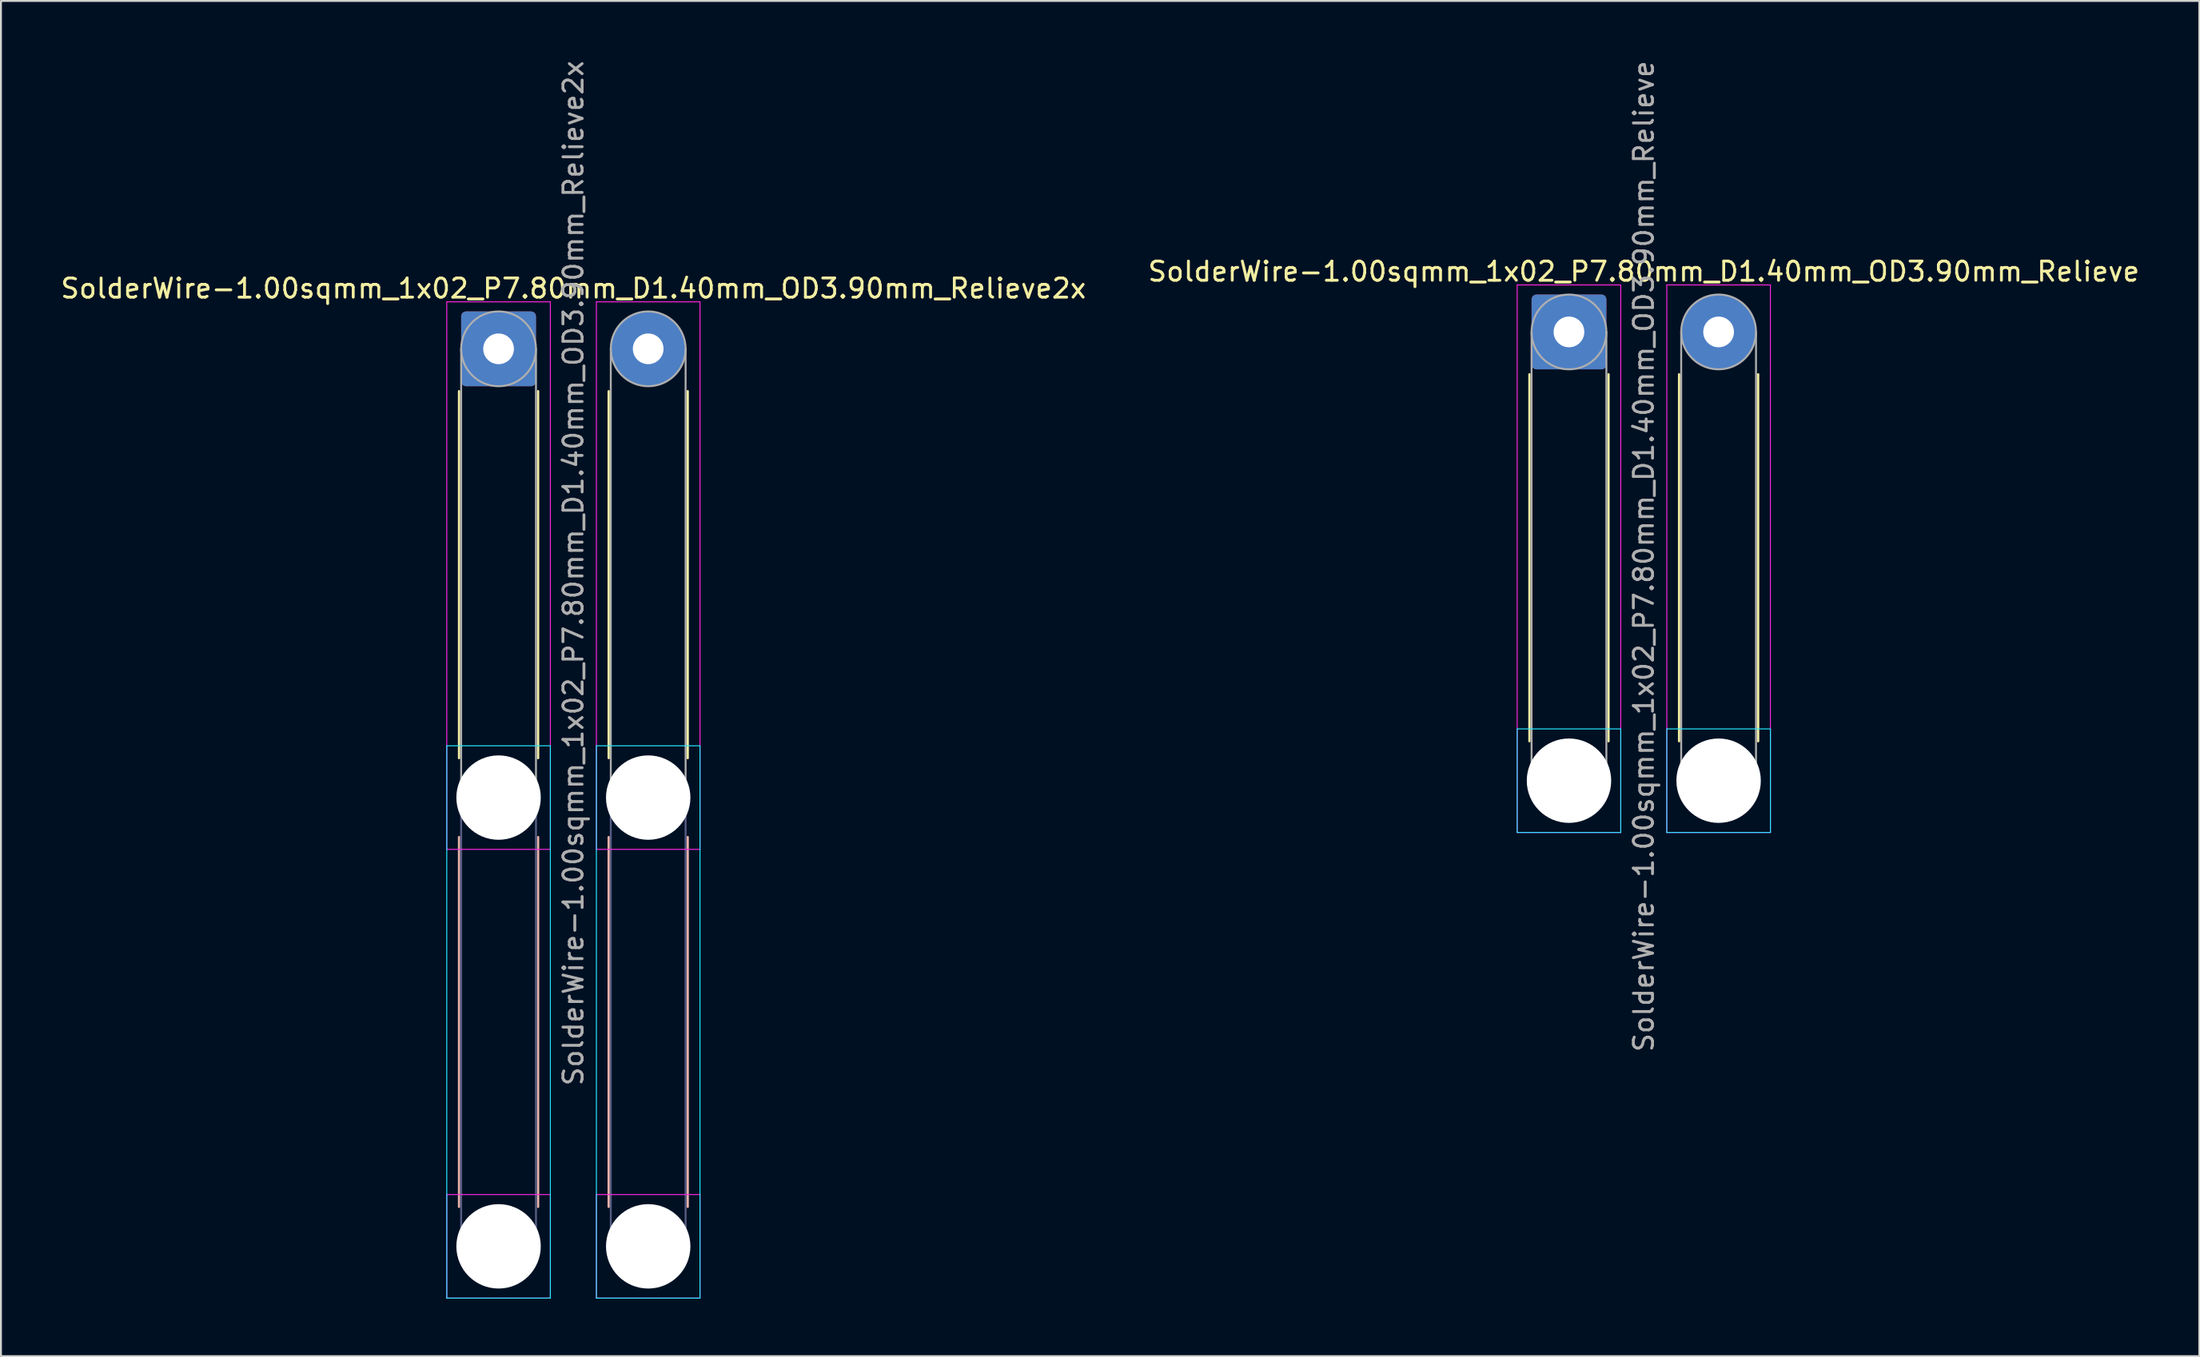
<source format=kicad_pcb>
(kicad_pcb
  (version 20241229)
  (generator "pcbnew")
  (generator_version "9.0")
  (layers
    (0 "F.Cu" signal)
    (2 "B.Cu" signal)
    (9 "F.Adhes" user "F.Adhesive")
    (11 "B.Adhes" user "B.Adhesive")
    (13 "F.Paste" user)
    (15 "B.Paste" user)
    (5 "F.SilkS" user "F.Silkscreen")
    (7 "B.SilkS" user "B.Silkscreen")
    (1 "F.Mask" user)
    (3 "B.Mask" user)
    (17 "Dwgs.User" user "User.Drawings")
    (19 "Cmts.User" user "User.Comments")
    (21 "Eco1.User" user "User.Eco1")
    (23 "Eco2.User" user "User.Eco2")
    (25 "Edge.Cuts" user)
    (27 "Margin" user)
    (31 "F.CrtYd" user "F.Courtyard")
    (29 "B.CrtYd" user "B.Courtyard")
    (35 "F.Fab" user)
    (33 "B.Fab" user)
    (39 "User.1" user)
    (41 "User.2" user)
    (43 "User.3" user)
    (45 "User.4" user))
  (footprint "SolderWire-1.00sqmm_1x02_P7.80mm_D1.40mm_OD3.90mm_Relieve"
    (layer "F.Cu")
    (at 78.737 14.258)
    (property "Reference" "SolderWire-1.00sqmm_1x02_P7.80mm_D1.40mm_OD3.90mm_Relieve" (at 3.9 -3.15 0) (layer "F.SilkS") (effects (font (size 1 1) (thickness 0.15))))
    (attr exclude_from_pos_files exclude_from_bom)
    (fp_line (start -2.06 2.21) (end -2.06 21.34) (stroke (width 0.12) (type solid)) (layer "F.SilkS"))
    (fp_line (start 2.06 2.21) (end 2.06 21.34) (stroke (width 0.12) (type solid)) (layer "F.SilkS"))
    (fp_line (start 5.74 2.21) (end 5.74 21.34) (stroke (width 0.12) (type solid)) (layer "F.SilkS"))
    (fp_line (start 9.86 2.21) (end 9.86 21.34) (stroke (width 0.12) (type solid)) (layer "F.SilkS"))
    (fp_line (start -2.7 20.7) (end -2.7 26.1) (stroke (width 0.05) (type solid)) (layer "B.CrtYd"))
    (fp_line (start -2.7 26.1) (end 2.7 26.1) (stroke (width 0.05) (type solid)) (layer "B.CrtYd"))
    (fp_line (start 2.7 20.7) (end -2.7 20.7) (stroke (width 0.05) (type solid)) (layer "B.CrtYd"))
    (fp_line (start 2.7 26.1) (end 2.7 20.7) (stroke (width 0.05) (type solid)) (layer "B.CrtYd"))
    (fp_line (start 5.1 20.7) (end 5.1 26.1) (stroke (width 0.05) (type solid)) (layer "B.CrtYd"))
    (fp_line (start 5.1 26.1) (end 10.5 26.1) (stroke (width 0.05) (type solid)) (layer "B.CrtYd"))
    (fp_line (start 10.5 20.7) (end 5.1 20.7) (stroke (width 0.05) (type solid)) (layer "B.CrtYd"))
    (fp_line (start 10.5 26.1) (end 10.5 20.7) (stroke (width 0.05) (type solid)) (layer "B.CrtYd"))
    (fp_line (start -2.7 -2.45) (end -2.7 26.1) (stroke (width 0.05) (type solid)) (layer "F.CrtYd"))
    (fp_line (start -2.7 26.1) (end 2.7 26.1) (stroke (width 0.05) (type solid)) (layer "F.CrtYd"))
    (fp_line (start 2.7 -2.45) (end -2.7 -2.45) (stroke (width 0.05) (type solid)) (layer "F.CrtYd"))
    (fp_line (start 2.7 26.1) (end 2.7 -2.45) (stroke (width 0.05) (type solid)) (layer "F.CrtYd"))
    (fp_line (start 5.1 -2.45) (end 5.1 26.1) (stroke (width 0.05) (type solid)) (layer "F.CrtYd"))
    (fp_line (start 5.1 26.1) (end 10.5 26.1) (stroke (width 0.05) (type solid)) (layer "F.CrtYd"))
    (fp_line (start 10.5 -2.45) (end 5.1 -2.45) (stroke (width 0.05) (type solid)) (layer "F.CrtYd"))
    (fp_line (start 10.5 26.1) (end 10.5 -2.45) (stroke (width 0.05) (type solid)) (layer "F.CrtYd"))
    (fp_line (start -1.95 0) (end -1.95 23.4) (stroke (width 0.1) (type solid)) (layer "F.Fab"))
    (fp_line (start 1.95 0) (end 1.95 23.4) (stroke (width 0.1) (type solid)) (layer "F.Fab"))
    (fp_line (start 5.85 0) (end 5.85 23.4) (stroke (width 0.1) (type solid)) (layer "F.Fab"))
    (fp_line (start 9.75 0) (end 9.75 23.4) (stroke (width 0.1) (type solid)) (layer "F.Fab"))
    (fp_circle (center 0 0) (end 1.95 0) (stroke (width 0.1) (type solid)) (fill no) (layer "F.Fab"))
    (fp_circle (center 0 23.4) (end 1.95 23.4) (stroke (width 0.1) (type solid)) (fill no) (layer "F.Fab"))
    (fp_circle (center 7.8 0) (end 9.75 0) (stroke (width 0.1) (type solid)) (fill no) (layer "F.Fab"))
    (fp_circle (center 7.8 23.4) (end 9.75 23.4) (stroke (width 0.1) (type solid)) (fill no) (layer "F.Fab"))
    (fp_text user "${REFERENCE}" (at 3.9 11.7 90) (layer "F.Fab") (effects (font (size 1 1) (thickness 0.15))))
    (pad "" np_thru_hole circle (at 0 23.4) (size 4.4 4.4) (drill 4.4) (layers "*.Cu" "*.Mask"))
    (pad "" np_thru_hole circle (at 7.8 23.4) (size 4.4 4.4) (drill 4.4) (layers "*.Cu" "*.Mask"))
    (pad "1" thru_hole roundrect (at 0 0) (size 3.9 3.9) (drill 1.6) (layers "*.Cu" "*.Mask") (roundrect_rratio 0.064))
    (pad "2" thru_hole circle (at 7.8 0) (size 3.9 3.9) (drill 1.6) (layers "*.Cu" "*.Mask")))
  (footprint "SolderWire-1.00sqmm_1x02_P7.80mm_D1.40mm_OD3.90mm_Relieve2x"
    (layer "F.Cu")
    (at 22.939 15.139)
    (property "Reference" "SolderWire-1.00sqmm_1x02_P7.80mm_D1.40mm_OD3.90mm_Relieve2x" (at 3.9 -3.15 0) (layer "F.SilkS") (effects (font (size 1 1) (thickness 0.15))))
    (attr exclude_from_pos_files exclude_from_bom)
    (fp_line (start -2.06 2.21) (end -2.06 21.34) (stroke (width 0.12) (type solid)) (layer "F.SilkS"))
    (fp_line (start 2.06 2.21) (end 2.06 21.34) (stroke (width 0.12) (type solid)) (layer "F.SilkS"))
    (fp_line (start 5.74 2.21) (end 5.74 21.34) (stroke (width 0.12) (type solid)) (layer "F.SilkS"))
    (fp_line (start 9.86 2.21) (end 9.86 21.34) (stroke (width 0.12) (type solid)) (layer "F.SilkS"))
    (fp_line (start -2.06 25.46) (end -2.06 44.74) (stroke (width 0.12) (type solid)) (layer "B.SilkS"))
    (fp_line (start 2.06 25.46) (end 2.06 44.74) (stroke (width 0.12) (type solid)) (layer "B.SilkS"))
    (fp_line (start 5.74 25.46) (end 5.74 44.74) (stroke (width 0.12) (type solid)) (layer "B.SilkS"))
    (fp_line (start 9.86 25.46) (end 9.86 44.74) (stroke (width 0.12) (type solid)) (layer "B.SilkS"))
    (fp_line (start -2.7 20.7) (end -2.7 49.5) (stroke (width 0.05) (type solid)) (layer "B.CrtYd"))
    (fp_line (start -2.7 49.5) (end 2.7 49.5) (stroke (width 0.05) (type solid)) (layer "B.CrtYd"))
    (fp_line (start 2.7 20.7) (end -2.7 20.7) (stroke (width 0.05) (type solid)) (layer "B.CrtYd"))
    (fp_line (start 2.7 49.5) (end 2.7 20.7) (stroke (width 0.05) (type solid)) (layer "B.CrtYd"))
    (fp_line (start 5.1 20.7) (end 5.1 49.5) (stroke (width 0.05) (type solid)) (layer "B.CrtYd"))
    (fp_line (start 5.1 49.5) (end 10.5 49.5) (stroke (width 0.05) (type solid)) (layer "B.CrtYd"))
    (fp_line (start 10.5 20.7) (end 5.1 20.7) (stroke (width 0.05) (type solid)) (layer "B.CrtYd"))
    (fp_line (start 10.5 49.5) (end 10.5 20.7) (stroke (width 0.05) (type solid)) (layer "B.CrtYd"))
    (fp_line (start -2.7 -2.45) (end -2.7 26.1) (stroke (width 0.05) (type solid)) (layer "F.CrtYd"))
    (fp_line (start -2.7 26.1) (end 2.7 26.1) (stroke (width 0.05) (type solid)) (layer "F.CrtYd"))
    (fp_line (start -2.7 44.1) (end -2.7 49.5) (stroke (width 0.05) (type solid)) (layer "F.CrtYd"))
    (fp_line (start -2.7 49.5) (end 2.7 49.5) (stroke (width 0.05) (type solid)) (layer "F.CrtYd"))
    (fp_line (start 2.7 -2.45) (end -2.7 -2.45) (stroke (width 0.05) (type solid)) (layer "F.CrtYd"))
    (fp_line (start 2.7 26.1) (end 2.7 -2.45) (stroke (width 0.05) (type solid)) (layer "F.CrtYd"))
    (fp_line (start 2.7 44.1) (end -2.7 44.1) (stroke (width 0.05) (type solid)) (layer "F.CrtYd"))
    (fp_line (start 2.7 49.5) (end 2.7 44.1) (stroke (width 0.05) (type solid)) (layer "F.CrtYd"))
    (fp_line (start 5.1 -2.45) (end 5.1 26.1) (stroke (width 0.05) (type solid)) (layer "F.CrtYd"))
    (fp_line (start 5.1 26.1) (end 10.5 26.1) (stroke (width 0.05) (type solid)) (layer "F.CrtYd"))
    (fp_line (start 5.1 44.1) (end 5.1 49.5) (stroke (width 0.05) (type solid)) (layer "F.CrtYd"))
    (fp_line (start 5.1 49.5) (end 10.5 49.5) (stroke (width 0.05) (type solid)) (layer "F.CrtYd"))
    (fp_line (start 10.5 -2.45) (end 5.1 -2.45) (stroke (width 0.05) (type solid)) (layer "F.CrtYd"))
    (fp_line (start 10.5 26.1) (end 10.5 -2.45) (stroke (width 0.05) (type solid)) (layer "F.CrtYd"))
    (fp_line (start 10.5 44.1) (end 5.1 44.1) (stroke (width 0.05) (type solid)) (layer "F.CrtYd"))
    (fp_line (start 10.5 49.5) (end 10.5 44.1) (stroke (width 0.05) (type solid)) (layer "F.CrtYd"))
    (fp_line (start -1.95 23.4) (end -1.95 46.8) (stroke (width 0.1) (type solid)) (layer "B.Fab"))
    (fp_line (start 1.95 23.4) (end 1.95 46.8) (stroke (width 0.1) (type solid)) (layer "B.Fab"))
    (fp_line (start 5.85 23.4) (end 5.85 46.8) (stroke (width 0.1) (type solid)) (layer "B.Fab"))
    (fp_line (start 9.75 23.4) (end 9.75 46.8) (stroke (width 0.1) (type solid)) (layer "B.Fab"))
    (fp_circle (center 0 23.4) (end 1.95 23.4) (stroke (width 0.1) (type solid)) (fill no) (layer "B.Fab"))
    (fp_circle (center 0 46.8) (end 1.95 46.8) (stroke (width 0.1) (type solid)) (fill no) (layer "B.Fab"))
    (fp_circle (center 7.8 23.4) (end 9.75 23.4) (stroke (width 0.1) (type solid)) (fill no) (layer "B.Fab"))
    (fp_circle (center 7.8 46.8) (end 9.75 46.8) (stroke (width 0.1) (type solid)) (fill no) (layer "B.Fab"))
    (fp_line (start -1.95 0) (end -1.95 23.4) (stroke (width 0.1) (type solid)) (layer "F.Fab"))
    (fp_line (start 1.95 0) (end 1.95 23.4) (stroke (width 0.1) (type solid)) (layer "F.Fab"))
    (fp_line (start 5.85 0) (end 5.85 23.4) (stroke (width 0.1) (type solid)) (layer "F.Fab"))
    (fp_line (start 9.75 0) (end 9.75 23.4) (stroke (width 0.1) (type solid)) (layer "F.Fab"))
    (fp_circle (center 0 0) (end 1.95 0) (stroke (width 0.1) (type solid)) (fill no) (layer "F.Fab"))
    (fp_circle (center 0 23.4) (end 1.95 23.4) (stroke (width 0.1) (type solid)) (fill no) (layer "F.Fab"))
    (fp_circle (center 0 46.8) (end 1.95 46.8) (stroke (width 0.1) (type solid)) (fill no) (layer "F.Fab"))
    (fp_circle (center 7.8 0) (end 9.75 0) (stroke (width 0.1) (type solid)) (fill no) (layer "F.Fab"))
    (fp_circle (center 7.8 23.4) (end 9.75 23.4) (stroke (width 0.1) (type solid)) (fill no) (layer "F.Fab"))
    (fp_circle (center 7.8 46.8) (end 9.75 46.8) (stroke (width 0.1) (type solid)) (fill no) (layer "F.Fab"))
    (fp_text user "${REFERENCE}" (at 3.9 11.7 90) (layer "F.Fab") (effects (font (size 1 1) (thickness 0.15))))
    (pad "" np_thru_hole circle (at 0 23.4) (size 4.4 4.4) (drill 4.4) (layers "*.Cu" "*.Mask"))
    (pad "" np_thru_hole circle (at 0 46.8) (size 4.4 4.4) (drill 4.4) (layers "*.Cu" "*.Mask"))
    (pad "" np_thru_hole circle (at 7.8 23.4) (size 4.4 4.4) (drill 4.4) (layers "*.Cu" "*.Mask"))
    (pad "" np_thru_hole circle (at 7.8 46.8) (size 4.4 4.4) (drill 4.4) (layers "*.Cu" "*.Mask"))
    (pad "1" thru_hole roundrect (at 0 0) (size 3.9 3.9) (drill 1.6) (layers "*.Cu" "*.Mask") (roundrect_rratio 0.064))
    (pad "2" thru_hole circle (at 7.8 0) (size 3.9 3.9) (drill 1.6) (layers "*.Cu" "*.Mask")))
  (gr_rect
    (start -3 -3)
    (end 111.595 67.664)
    (stroke (width 0.1) (type default))
    (fill no)
    (layer "Edge.Cuts")))
</source>
